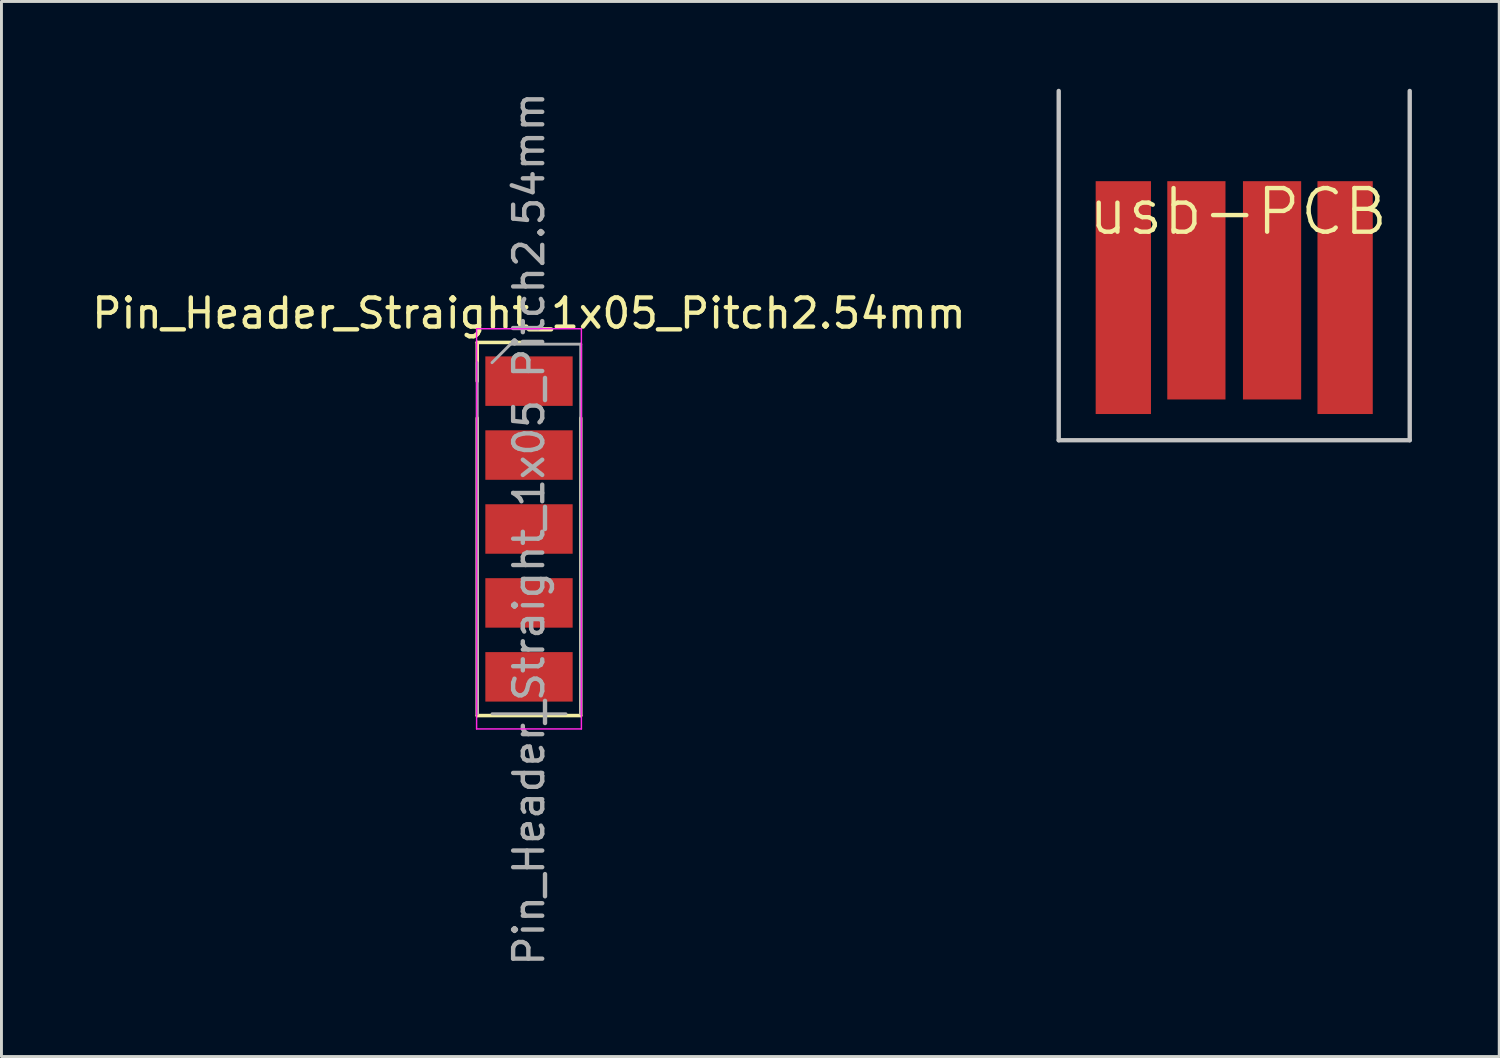
<source format=kicad_pcb>
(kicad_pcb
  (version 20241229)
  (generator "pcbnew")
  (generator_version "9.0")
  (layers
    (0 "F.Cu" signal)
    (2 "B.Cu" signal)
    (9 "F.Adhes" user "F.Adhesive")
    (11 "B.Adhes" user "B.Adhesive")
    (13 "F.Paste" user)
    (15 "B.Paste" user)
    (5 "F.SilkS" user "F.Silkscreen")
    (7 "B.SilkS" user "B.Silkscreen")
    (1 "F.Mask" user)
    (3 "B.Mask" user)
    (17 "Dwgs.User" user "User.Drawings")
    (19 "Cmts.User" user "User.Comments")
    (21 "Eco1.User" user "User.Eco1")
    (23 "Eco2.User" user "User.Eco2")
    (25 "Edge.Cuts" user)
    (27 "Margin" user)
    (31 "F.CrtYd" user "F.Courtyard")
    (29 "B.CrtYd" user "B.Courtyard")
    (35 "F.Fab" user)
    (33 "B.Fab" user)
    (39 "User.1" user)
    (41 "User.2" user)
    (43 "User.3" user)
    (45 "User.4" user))
  (footprint "usb-PCB"
    (layer "F.Cu")
    (at 39.355 12.075)
    (property "Reference" "usb-PCB" (at 0.13 -7.85 0) (layer "F.SilkS") (effects (font (size 1.5 1.5) (thickness 0.15))))
    (attr exclude_from_pos_files exclude_from_bom)
    (fp_line (start -6.03 0) (end -6.03 -12) (stroke (width 0.15) (type solid)) (layer "Dwgs.User"))
    (fp_line (start 6.03 0) (end -6.03 0) (stroke (width 0.15) (type solid)) (layer "Dwgs.User"))
    (fp_line (start 6.03 0) (end 6.03 -12) (stroke (width 0.15) (type solid)) (layer "Dwgs.User"))
    (pad "1" connect rect (at 3.81 -4.9) (size 1.9 8) (layers "F.Cu" "F.Mask"))
    (pad "2" connect rect (at 1.3 -5.15) (size 2 7.5) (layers "F.Cu" "F.Mask"))
    (pad "3" connect rect (at -1.3 -5.15) (size 2 7.5) (layers "F.Cu" "F.Mask"))
    (pad "4" connect rect (at -3.81 -4.9) (size 1.9 8) (layers "F.Cu" "F.Mask")))
  (footprint "Pin_Header_Straight_1x05_Pitch2.54mm"
    (layer "F.Cu")
    (at 15.125 10.045)
    (property "Reference" "Pin_Header_Straight_1x05_Pitch2.54mm" (at 0 -2.33 0) (layer "F.SilkS") (effects (font (size 1 1) (thickness 0.15))))
    (attr through_hole)
    (fp_line (start -1.778 -1.33) (end 0 -1.33) (stroke (width 0.12) (type solid)) (layer "F.SilkS"))
    (fp_line (start -1.778 0) (end -1.778 -1.33) (stroke (width 0.12) (type solid)) (layer "F.SilkS"))
    (fp_line (start -1.778 1.27) (end -1.778 11.49) (stroke (width 0.12) (type solid)) (layer "F.SilkS"))
    (fp_line (start -1.778 11.49) (end 1.778 11.49) (stroke (width 0.12) (type solid)) (layer "F.SilkS"))
    (fp_line (start 1.778 1.27) (end 1.778 11.49) (stroke (width 0.12) (type solid)) (layer "F.SilkS"))
    (fp_line (start -1.8 -1.8) (end -1.8 11.95) (stroke (width 0.05) (type solid)) (layer "F.CrtYd"))
    (fp_line (start -1.8 11.95) (end 1.8 11.95) (stroke (width 0.05) (type solid)) (layer "F.CrtYd"))
    (fp_line (start 1.8 -1.8) (end -1.8 -1.8) (stroke (width 0.05) (type solid)) (layer "F.CrtYd"))
    (fp_line (start 1.8 11.95) (end 1.8 -1.8) (stroke (width 0.05) (type solid)) (layer "F.CrtYd"))
    (fp_line (start -1.778 11.43) (end -1.778 -0.635) (stroke (width 0.1) (type solid)) (layer "F.Fab"))
    (fp_line (start -1.27 -0.635) (end -0.635 -1.27) (stroke (width 0.1) (type solid)) (layer "F.Fab"))
    (fp_line (start -0.635 -1.27) (end 1.778 -1.27) (stroke (width 0.1) (type solid)) (layer "F.Fab"))
    (fp_line (start 1.27 11.43) (end -1.27 11.43) (stroke (width 0.1) (type solid)) (layer "F.Fab"))
    (fp_line (start 1.778 -1.27) (end 1.778 11.43) (stroke (width 0.1) (type solid)) (layer "F.Fab"))
    (fp_text user "${REFERENCE}" (at 0 5.08 90) (layer "F.Fab") (effects (font (size 1 1) (thickness 0.15))))
    (pad "1" smd rect (at 0 0) (size 3 1.7) (layers "F.Cu" "F.Mask" "F.Paste"))
    (pad "2" smd rect (at 0 2.54) (size 3 1.7) (layers "F.Cu" "F.Mask" "F.Paste"))
    (pad "3" smd rect (at 0 5.08) (size 3 1.7) (layers "F.Cu" "F.Mask" "F.Paste"))
    (pad "4" smd rect (at 0 7.62) (size 3 1.7) (layers "F.Cu" "F.Mask" "F.Paste"))
    (pad "5" smd rect (at 0 10.16) (size 3 1.7) (layers "F.Cu" "F.Mask" "F.Paste")))
  (gr_rect
    (start -3 -3)
    (end 48.46 33.25)
    (stroke (width 0.1) (type default))
    (fill no)
    (layer "Edge.Cuts")))
</source>
